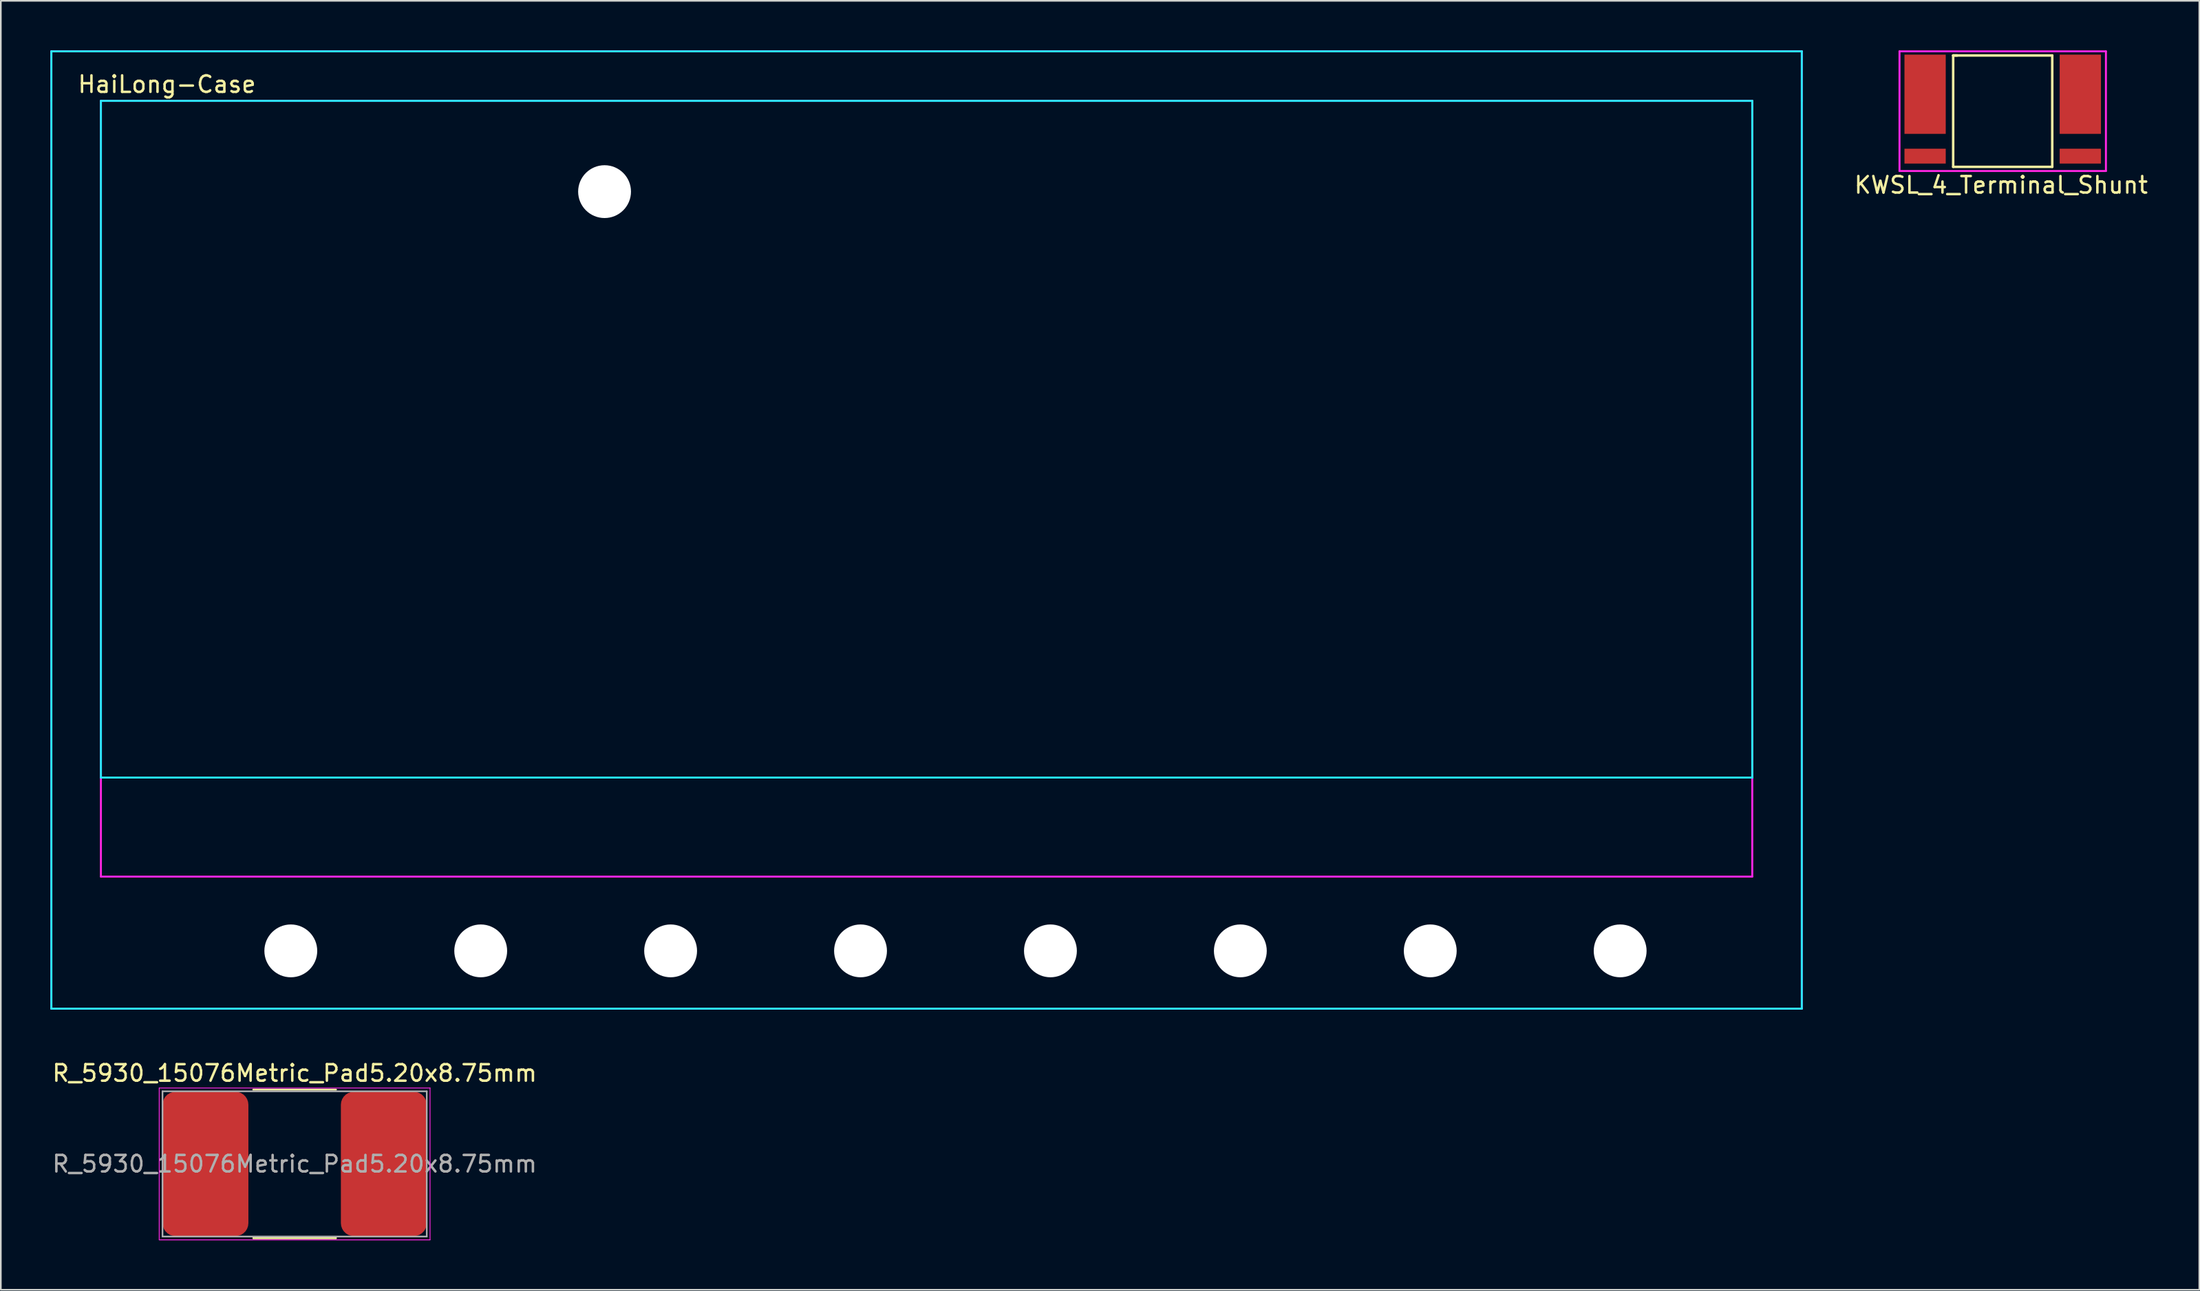
<source format=kicad_pcb>
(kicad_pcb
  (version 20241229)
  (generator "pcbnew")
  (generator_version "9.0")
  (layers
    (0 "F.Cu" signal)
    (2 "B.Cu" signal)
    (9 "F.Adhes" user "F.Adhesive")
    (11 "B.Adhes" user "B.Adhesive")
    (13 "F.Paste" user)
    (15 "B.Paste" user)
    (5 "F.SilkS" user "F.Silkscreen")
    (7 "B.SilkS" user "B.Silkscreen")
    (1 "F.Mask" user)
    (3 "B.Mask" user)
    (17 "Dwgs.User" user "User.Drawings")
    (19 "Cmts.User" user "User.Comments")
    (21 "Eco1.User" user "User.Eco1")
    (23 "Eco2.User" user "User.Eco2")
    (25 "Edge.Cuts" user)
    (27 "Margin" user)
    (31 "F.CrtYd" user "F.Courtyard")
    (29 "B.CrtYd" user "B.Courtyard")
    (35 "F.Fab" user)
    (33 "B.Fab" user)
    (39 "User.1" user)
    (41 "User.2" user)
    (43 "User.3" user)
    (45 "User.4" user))
  (footprint "HaiLong-Case"
    (layer "F.Cu")
    (at 3.06 3.06)
    (property "Reference" "HaiLong-Case" (at 4 -1 0) (layer "F.SilkS") (effects (font (size 1 1) (thickness 0.15))))
    (attr through_hole)
    (fp_line (start -3 -3) (end -3 0) (stroke (width 0.12) (type solid)) (layer "B.CrtYd"))
    (fp_line (start -3 0) (end -3 55) (stroke (width 0.12) (type solid)) (layer "B.CrtYd"))
    (fp_line (start -3 55) (end 0 55) (stroke (width 0.12) (type solid)) (layer "B.CrtYd"))
    (fp_line (start 0 0) (end 100 0) (stroke (width 0.12) (type solid)) (layer "B.CrtYd"))
    (fp_line (start 0 41) (end 0 0) (stroke (width 0.12) (type solid)) (layer "B.CrtYd"))
    (fp_line (start 0 55) (end 103 55) (stroke (width 0.12) (type solid)) (layer "B.CrtYd"))
    (fp_line (start 100 0) (end 100 41) (stroke (width 0.12) (type solid)) (layer "B.CrtYd"))
    (fp_line (start 100 41) (end 0 41) (stroke (width 0.12) (type solid)) (layer "B.CrtYd"))
    (fp_line (start 103 -3) (end -3 -3) (stroke (width 0.12) (type solid)) (layer "B.CrtYd"))
    (fp_line (start 103 0) (end 103 -3) (stroke (width 0.12) (type solid)) (layer "B.CrtYd"))
    (fp_line (start 103 55) (end 103 0) (stroke (width 0.12) (type solid)) (layer "B.CrtYd"))
    (fp_line (start -3 -3) (end -3 55) (stroke (width 0.12) (type solid)) (layer "F.CrtYd"))
    (fp_line (start -3 55) (end 103 55) (stroke (width 0.12) (type solid)) (layer "F.CrtYd"))
    (fp_line (start 0 0) (end 0 47) (stroke (width 0.12) (type solid)) (layer "F.CrtYd"))
    (fp_line (start 0 47) (end 100 47) (stroke (width 0.12) (type solid)) (layer "F.CrtYd"))
    (fp_line (start 100 0) (end 0 0) (stroke (width 0.12) (type solid)) (layer "F.CrtYd"))
    (fp_line (start 100 47) (end 100 0) (stroke (width 0.12) (type solid)) (layer "F.CrtYd"))
    (fp_line (start 103 -3) (end -3 -3) (stroke (width 0.12) (type solid)) (layer "F.CrtYd"))
    (fp_line (start 103 55) (end 103 -3) (stroke (width 0.12) (type solid)) (layer "F.CrtYd"))
    (pad "" np_thru_hole circle (at 11.5 51.5) (size 3.2 3.2) (drill 3.2) (layers "*.Cu" "*.Mask"))
    (pad "" np_thru_hole circle (at 23 51.5) (size 3.2 3.2) (drill 3.2) (layers "*.Cu" "*.Mask"))
    (pad "" np_thru_hole circle (at 30.5 5.5) (size 3.2 3.2) (drill 3.2) (layers "*.Cu" "*.Mask"))
    (pad "" np_thru_hole circle (at 34.5 51.5) (size 3.2 3.2) (drill 3.2) (layers "*.Cu" "*.Mask"))
    (pad "" np_thru_hole circle (at 46 51.5) (size 3.2 3.2) (drill 3.2) (layers "*.Cu" "*.Mask"))
    (pad "" np_thru_hole circle (at 57.5 51.5) (size 3.2 3.2) (drill 3.2) (layers "*.Cu" "*.Mask"))
    (pad "" np_thru_hole circle (at 69 51.5) (size 3.2 3.2) (drill 3.2) (layers "*.Cu" "*.Mask"))
    (pad "" np_thru_hole circle (at 80.5 51.5) (size 3.2 3.2) (drill 3.2) (layers "*.Cu" "*.Mask"))
    (pad "" np_thru_hole circle (at 92 51.5) (size 3.2 3.2) (drill 3.2) (layers "*.Cu" "*.Mask")))
  (footprint "R_5930_15076Metric_Pad5.20x8.75mm"
    (layer "F.Cu")
    (at 14.792 67.468)
    (property "Reference" "R_5930_15076Metric_Pad5.20x8.75mm" (at 0 -5.5 0) (layer "F.SilkS") (effects (font (size 1 1) (thickness 0.15))))
    (attr smd)
    (fp_line (start -2.5 -4.5) (end 2.5 -4.5) (stroke (width 0.12) (type solid)) (layer "F.SilkS"))
    (fp_line (start -2.5 4.5) (end 2.5 4.5) (stroke (width 0.12) (type solid)) (layer "F.SilkS"))
    (fp_line (start -8.2 -4.6) (end 8.2 -4.6) (stroke (width 0.05) (type solid)) (layer "F.CrtYd"))
    (fp_line (start -8.2 4.6) (end -8.2 -4.6) (stroke (width 0.05) (type solid)) (layer "F.CrtYd"))
    (fp_line (start 8.2 -4.6) (end 8.2 4.6) (stroke (width 0.05) (type solid)) (layer "F.CrtYd"))
    (fp_line (start 8.2 4.6) (end -8.2 4.6) (stroke (width 0.05) (type solid)) (layer "F.CrtYd"))
    (fp_line (start -8 -4.4) (end 8 -4.4) (stroke (width 0.1) (type solid)) (layer "F.Fab"))
    (fp_line (start -8 4.4) (end -8 -4.4) (stroke (width 0.1) (type solid)) (layer "F.Fab"))
    (fp_line (start 8 -4.4) (end 8 4.4) (stroke (width 0.1) (type solid)) (layer "F.Fab"))
    (fp_line (start 8 4.4) (end -8 4.4) (stroke (width 0.1) (type solid)) (layer "F.Fab"))
    (fp_text user "${REFERENCE}" (at 0 0 0) (layer "F.Fab") (effects (font (size 1 1) (thickness 0.15))))
    (pad "1" smd roundrect (at -5.4 0) (size 5.2 8.75) (layers "F.Cu" "F.Mask" "F.Paste") (roundrect_rratio 0.152))
    (pad "2" smd roundrect (at 5.4 0) (size 5.2 8.75) (layers "F.Cu" "F.Mask" "F.Paste") (roundrect_rratio 0.152)))
  (footprint "KWSL_4_Terminal_Shunt"
    (layer "F.Cu")
    (at 118.226 3.56)
    (property "Reference" "KWSL_4_Terminal_Shunt" (at -0.1 4.6 0) (layer "F.SilkS") (effects (font (size 1 1) (thickness 0.15))))
    (attr smd)
    (fp_line (start -3 -3.25) (end -2.75 -3.25) (stroke (width 0.15) (type solid)) (layer "F.SilkS"))
    (fp_line (start -3 -3.25) (end 3 -3.25) (stroke (width 0.15) (type solid)) (layer "F.SilkS"))
    (fp_line (start -3 3.5) (end -3 -3.25) (stroke (width 0.15) (type solid)) (layer "F.SilkS"))
    (fp_line (start 3 -3.25) (end 3 3.5) (stroke (width 0.15) (type solid)) (layer "F.SilkS"))
    (fp_line (start 3 3.5) (end -3 3.5) (stroke (width 0.15) (type solid)) (layer "F.SilkS"))
    (fp_line (start -6.25 -3.5) (end 6.25 -3.5) (stroke (width 0.12) (type solid)) (layer "F.CrtYd"))
    (fp_line (start -6.25 3.75) (end -6.25 -3.5) (stroke (width 0.12) (type solid)) (layer "F.CrtYd"))
    (fp_line (start 6.25 -3.5) (end 6.25 3.75) (stroke (width 0.12) (type solid)) (layer "F.CrtYd"))
    (fp_line (start 6.25 3.75) (end -6.25 3.75) (stroke (width 0.12) (type solid)) (layer "F.CrtYd"))
    (pad "1" smd rect (at -4.7 -0.9) (size 2.5 4.8) (layers "F.Cu" "F.Mask" "F.Paste"))
    (pad "2" smd rect (at -4.7 2.85) (size 2.5 0.9) (layers "F.Cu" "F.Mask" "F.Paste"))
    (pad "3" smd rect (at 4.7 2.85) (size 2.5 0.9) (layers "F.Cu" "F.Mask" "F.Paste"))
    (pad "4" smd rect (at 4.7 -0.9) (size 2.5 4.8) (layers "F.Cu" "F.Mask" "F.Paste")))
  (gr_rect
    (start -3 -3)
    (end 130.132 75.093)
    (stroke (width 0.1) (type default))
    (fill no)
    (layer "Edge.Cuts")))
</source>
